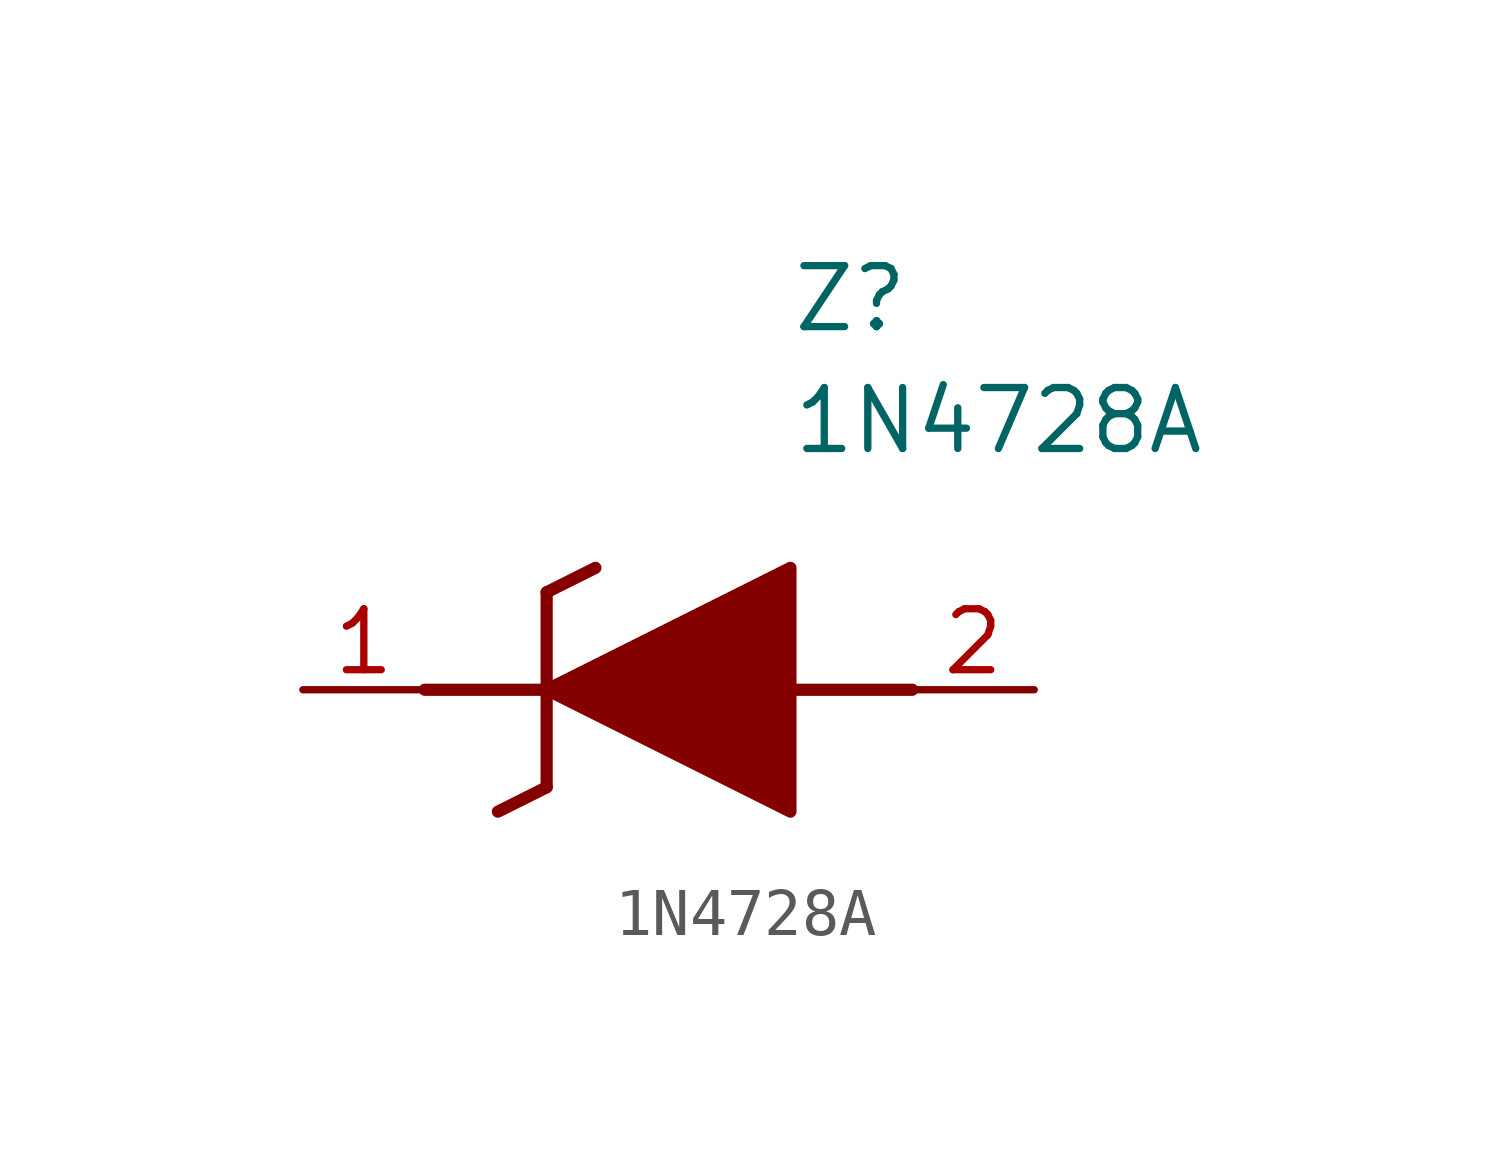
<source format=kicad_sym>
(kicad_symbol_lib
  (version 20211014)
  (generator SamacSys_ECAD_Model)
  (symbol "1N4728A"
    (pin_names hide)
    (property "Reference" "Z"
      (at 10.16 8.89 0)
      (effects (font (size 1.27 1.27)) (justify left top)))
    (property "Value" "1N4728A"
      (at 10.16 6.35 0)
      (effects (font (size 1.27 1.27)) (justify left top)))
    (polyline
      (pts (xy 5.08 2.032) (xy 5.08 -2.032))
      (stroke (width 0.254) (type default))
      (fill (type none)))
    (polyline
      (pts (xy 5.08 2.032) (xy 6.096 2.54))
      (stroke (width 0.254) (type default))
      (fill (type none)))
    (polyline
      (pts (xy 4.064 -2.54) (xy 5.08 -2.032))
      (stroke (width 0.254) (type default))
      (fill (type none)))
    (polyline
      (pts (xy 2.54 0) (xy 5.08 0))
      (stroke (width 0.254) (type default))
      (fill (type none)))
    (polyline
      (pts (xy 12.7 0) (xy 10.16 0))
      (stroke (width 0.254) (type default))
      (fill (type none)))
    (polyline
      (pts (xy 5.08 0) (xy 10.16 2.54) (xy 10.16 -2.54) (xy 5.08 0))
      (stroke (width 0.254) (type default))
      (fill (type outline)))
    (pin passive line
      (at 0 0 0)
      (length 2.54)
      (name "K" (effects (font (size 1.27 1.27))))
      (number "1" (effects (font (size 1.27 1.27)))))
    (pin passive line
      (at 15.24 0 180)
      (length 2.54)
      (name "A" (effects (font (size 1.27 1.27))))
      (number "2" (effects (font (size 1.27 1.27)))))))
</source>
